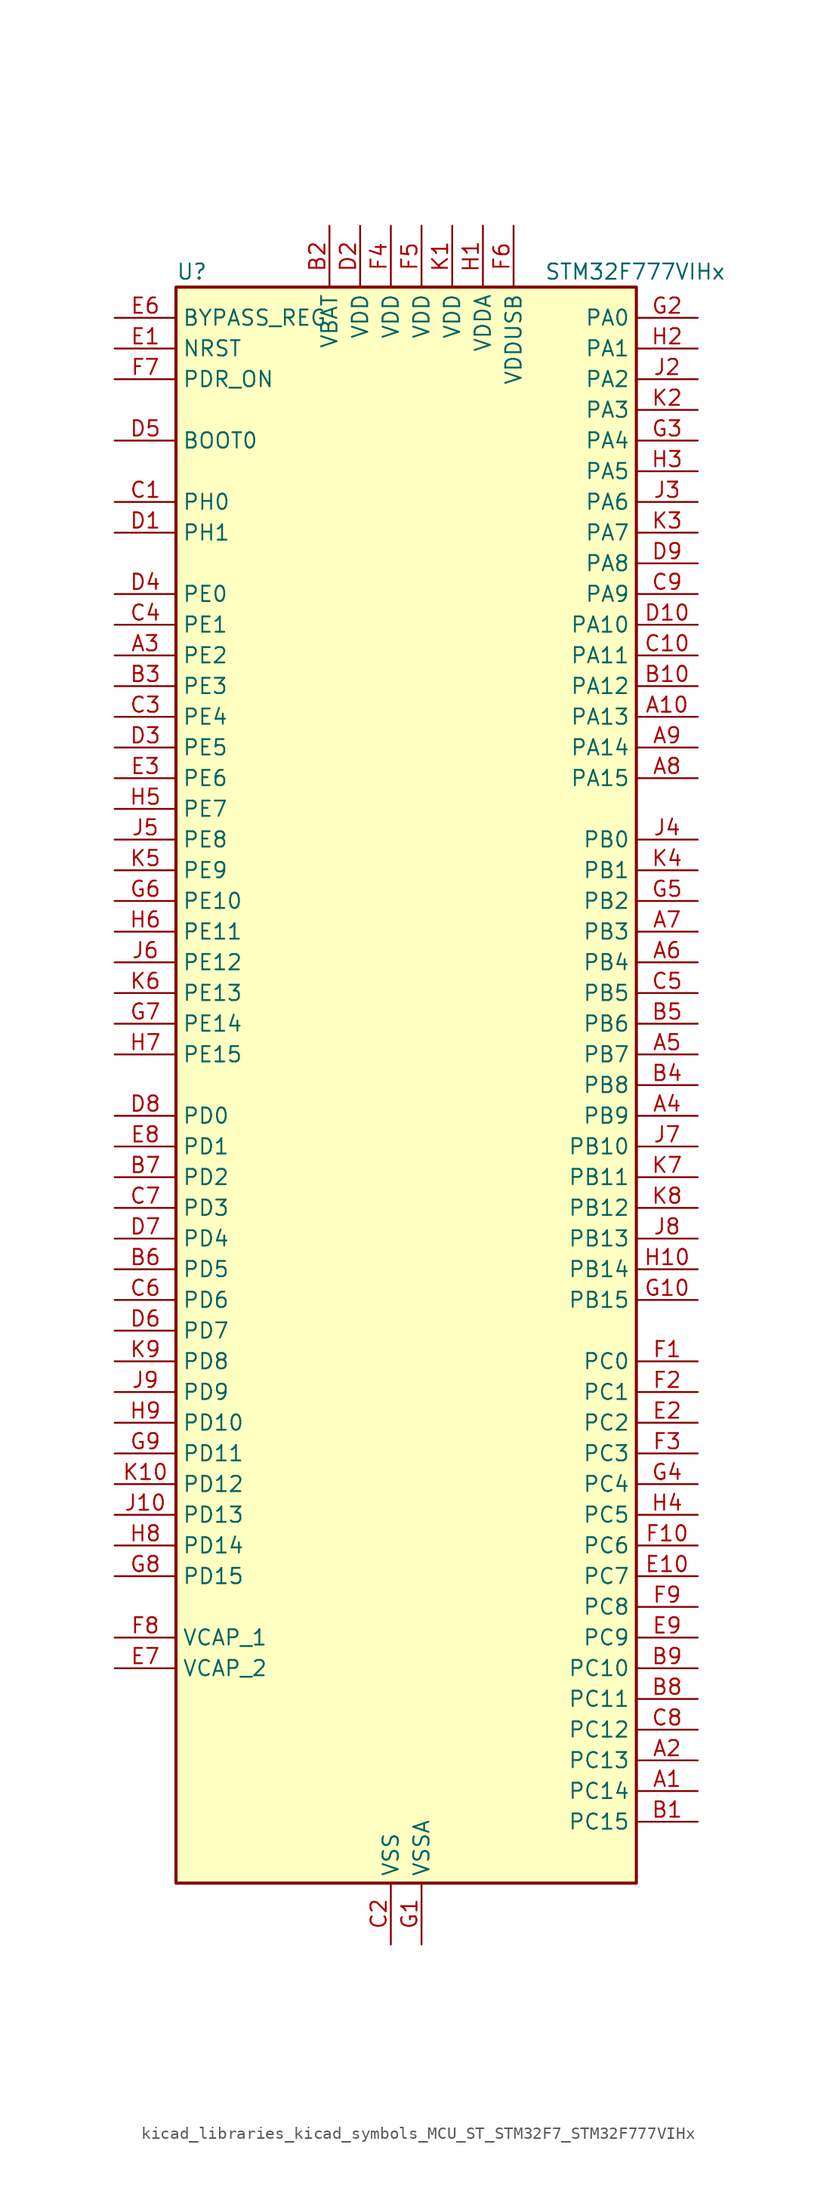
<source format=kicad_sym>
(kicad_symbol_lib
  (version 20220914)
  (generator kicad_symbol_editor)
  (symbol "kicad_libraries_kicad_symbols_MCU_ST_STM32F7_STM32F777VIHx"
    (property "Reference" "U"
      (at -17.78 67.31 0)
      (effects (font (size 1.27 1.27)) (justify left)))
    (property "Value" "STM32F777VIHx"
      (at 12.7 67.31 0)
      (effects (font (size 1.27 1.27)) (justify left)))
    (property "ki_locked" ""
      (at 0 0 0)
      (effects (font (size 1.27 1.27))))
    (symbol "kicad_libraries_kicad_symbols_MCU_ST_STM32F7_STM32F777VIHx_0_1"
      (rectangle (start -17.78 -66.04) (end 20.32 66.04) (stroke (width 0.254) (type default)) (fill (type background))))
    (symbol "kicad_libraries_kicad_symbols_MCU_ST_STM32F7_STM32F777VIHx_1_1"
      (pin bidirectional line (at 25.4 -58.42 180) (length 5.08) (name "PC14" (effects (font (size 1.27 1.27)))) (number "A1" (effects (font (size 1.27 1.27)))) (alternate "RCC_OSC32_IN" bidirectional line))
      (pin bidirectional line (at 25.4 30.48 180) (length 5.08) (name "PA13" (effects (font (size 1.27 1.27)))) (number "A10" (effects (font (size 1.27 1.27)))) (alternate "SYS_JTMS-SWDIO" bidirectional line))
      (pin bidirectional line (at 25.4 -55.88 180) (length 5.08) (name "PC13" (effects (font (size 1.27 1.27)))) (number "A2" (effects (font (size 1.27 1.27)))) (alternate "RTC_OUT" bidirectional line) (alternate "RTC_TAMP1" bidirectional line) (alternate "RTC_TS" bidirectional line) (alternate "SYS_WKUP4" bidirectional line))
      (pin bidirectional line (at -22.86 35.56 0) (length 5.08) (name "PE2" (effects (font (size 1.27 1.27)))) (number "A3" (effects (font (size 1.27 1.27)))) (alternate "ETH_TXD3" bidirectional line) (alternate "FMC_A23" bidirectional line) (alternate "QUADSPI_BK1_IO2" bidirectional line) (alternate "SAI1_MCLK_A" bidirectional line) (alternate "SPI4_SCK" bidirectional line) (alternate "SYS_TRACECLK" bidirectional line))
      (pin bidirectional line (at 25.4 -2.54 180) (length 5.08) (name "PB9" (effects (font (size 1.27 1.27)))) (number "A4" (effects (font (size 1.27 1.27)))) (alternate "CAN1_TX" bidirectional line) (alternate "DAC_EXTI9" bidirectional line) (alternate "DCMI_D7" bidirectional line) (alternate "DFSDM1_DATIN7" bidirectional line) (alternate "I2C1_SDA" bidirectional line) (alternate "I2C4_SDA" bidirectional line) (alternate "I2C4_SMBA" bidirectional line) (alternate "I2S2_WS" bidirectional line) (alternate "LTDC_B7" bidirectional line) (alternate "SDMMC1_D5" bidirectional line) (alternate "SDMMC2_D5" bidirectional line) (alternate "SPI2_NSS" bidirectional line) (alternate "TIM11_CH1" bidirectional line) (alternate "TIM4_CH4" bidirectional line) (alternate "UART5_TX" bidirectional line))
      (pin bidirectional line (at 25.4 2.54 180) (length 5.08) (name "PB7" (effects (font (size 1.27 1.27)))) (number "A5" (effects (font (size 1.27 1.27)))) (alternate "DCMI_VSYNC" bidirectional line) (alternate "DFSDM1_CKIN5" bidirectional line) (alternate "FMC_NL" bidirectional line) (alternate "I2C1_SDA" bidirectional line) (alternate "I2C4_SDA" bidirectional line) (alternate "TIM4_CH2" bidirectional line) (alternate "USART1_RX" bidirectional line))
      (pin bidirectional line (at 25.4 10.16 180) (length 5.08) (name "PB4" (effects (font (size 1.27 1.27)))) (number "A6" (effects (font (size 1.27 1.27)))) (alternate "CAN3_TX" bidirectional line) (alternate "I2S2_WS" bidirectional line) (alternate "SDMMC2_D3" bidirectional line) (alternate "SPI1_MISO" bidirectional line) (alternate "SPI2_NSS" bidirectional line) (alternate "SPI3_MISO" bidirectional line) (alternate "SPI6_MISO" bidirectional line) (alternate "SYS_JTRST" bidirectional line) (alternate "TIM3_CH1" bidirectional line) (alternate "UART7_TX" bidirectional line))
      (pin bidirectional line (at 25.4 12.7 180) (length 5.08) (name "PB3" (effects (font (size 1.27 1.27)))) (number "A7" (effects (font (size 1.27 1.27)))) (alternate "CAN3_RX" bidirectional line) (alternate "I2S1_CK" bidirectional line) (alternate "I2S3_CK" bidirectional line) (alternate "SDMMC2_D2" bidirectional line) (alternate "SPI1_SCK" bidirectional line) (alternate "SPI3_SCK" bidirectional line) (alternate "SPI6_SCK" bidirectional line) (alternate "SYS_JTDO-SWO" bidirectional line) (alternate "TIM2_CH2" bidirectional line) (alternate "UART7_RX" bidirectional line))
      (pin bidirectional line (at 25.4 25.4 180) (length 5.08) (name "PA15" (effects (font (size 1.27 1.27)))) (number "A8" (effects (font (size 1.27 1.27)))) (alternate "CAN3_TX" bidirectional line) (alternate "CEC" bidirectional line) (alternate "I2S1_WS" bidirectional line) (alternate "I2S3_WS" bidirectional line) (alternate "SPI1_NSS" bidirectional line) (alternate "SPI3_NSS" bidirectional line) (alternate "SPI6_NSS" bidirectional line) (alternate "SYS_JTDI" bidirectional line) (alternate "TIM2_CH1" bidirectional line) (alternate "TIM2_ETR" bidirectional line) (alternate "UART4_DE" bidirectional line) (alternate "UART4_RTS" bidirectional line) (alternate "UART7_TX" bidirectional line))
      (pin bidirectional line (at 25.4 27.94 180) (length 5.08) (name "PA14" (effects (font (size 1.27 1.27)))) (number "A9" (effects (font (size 1.27 1.27)))) (alternate "SYS_JTCK-SWCLK" bidirectional line))
      (pin bidirectional line (at 25.4 -60.96 180) (length 5.08) (name "PC15" (effects (font (size 1.27 1.27)))) (number "B1" (effects (font (size 1.27 1.27)))) (alternate "RCC_OSC32_OUT" bidirectional line))
      (pin bidirectional line (at 25.4 33.02 180) (length 5.08) (name "PA12" (effects (font (size 1.27 1.27)))) (number "B10" (effects (font (size 1.27 1.27)))) (alternate "CAN1_TX" bidirectional line) (alternate "I2S2_CK" bidirectional line) (alternate "LTDC_R5" bidirectional line) (alternate "SAI2_FS_B" bidirectional line) (alternate "SPI2_SCK" bidirectional line) (alternate "TIM1_ETR" bidirectional line) (alternate "UART4_TX" bidirectional line) (alternate "USART1_DE" bidirectional line) (alternate "USART1_RTS" bidirectional line) (alternate "USB_OTG_FS_DP" bidirectional line))
      (pin power_in line (at -5.08 71.12 270) (length 5.08) (name "VBAT" (effects (font (size 1.27 1.27)))) (number "B2" (effects (font (size 1.27 1.27)))))
      (pin bidirectional line (at -22.86 33.02 0) (length 5.08) (name "PE3" (effects (font (size 1.27 1.27)))) (number "B3" (effects (font (size 1.27 1.27)))) (alternate "FMC_A19" bidirectional line) (alternate "SAI1_SD_B" bidirectional line) (alternate "SYS_TRACED0" bidirectional line))
      (pin bidirectional line (at 25.4 0 180) (length 5.08) (name "PB8" (effects (font (size 1.27 1.27)))) (number "B4" (effects (font (size 1.27 1.27)))) (alternate "CAN1_RX" bidirectional line) (alternate "DCMI_D6" bidirectional line) (alternate "DFSDM1_CKIN7" bidirectional line) (alternate "ETH_TXD3" bidirectional line) (alternate "I2C1_SCL" bidirectional line) (alternate "I2C4_SCL" bidirectional line) (alternate "LTDC_B6" bidirectional line) (alternate "SDMMC1_D4" bidirectional line) (alternate "SDMMC2_D4" bidirectional line) (alternate "TIM10_CH1" bidirectional line) (alternate "TIM4_CH3" bidirectional line) (alternate "UART5_RX" bidirectional line))
      (pin bidirectional line (at 25.4 5.08 180) (length 5.08) (name "PB6" (effects (font (size 1.27 1.27)))) (number "B5" (effects (font (size 1.27 1.27)))) (alternate "CAN2_TX" bidirectional line) (alternate "CEC" bidirectional line) (alternate "DCMI_D5" bidirectional line) (alternate "DFSDM1_DATIN5" bidirectional line) (alternate "FMC_SDNE1" bidirectional line) (alternate "I2C1_SCL" bidirectional line) (alternate "I2C4_SCL" bidirectional line) (alternate "QUADSPI_BK1_NCS" bidirectional line) (alternate "TIM4_CH1" bidirectional line) (alternate "UART5_TX" bidirectional line) (alternate "USART1_TX" bidirectional line))
      (pin bidirectional line (at -22.86 -15.24 0) (length 5.08) (name "PD5" (effects (font (size 1.27 1.27)))) (number "B6" (effects (font (size 1.27 1.27)))) (alternate "FMC_NWE" bidirectional line) (alternate "USART2_TX" bidirectional line))
      (pin bidirectional line (at -22.86 -7.62 0) (length 5.08) (name "PD2" (effects (font (size 1.27 1.27)))) (number "B7" (effects (font (size 1.27 1.27)))) (alternate "DCMI_D11" bidirectional line) (alternate "SDMMC1_CMD" bidirectional line) (alternate "SYS_TRACED2" bidirectional line) (alternate "TIM3_ETR" bidirectional line) (alternate "UART5_RX" bidirectional line))
      (pin bidirectional line (at 25.4 -50.8 180) (length 5.08) (name "PC11" (effects (font (size 1.27 1.27)))) (number "B8" (effects (font (size 1.27 1.27)))) (alternate "ADC1_EXTI11" bidirectional line) (alternate "ADC2_EXTI11" bidirectional line) (alternate "ADC3_EXTI11" bidirectional line) (alternate "DCMI_D4" bidirectional line) (alternate "DFSDM1_DATIN5" bidirectional line) (alternate "QUADSPI_BK2_NCS" bidirectional line) (alternate "SDMMC1_D3" bidirectional line) (alternate "SPI3_MISO" bidirectional line) (alternate "UART4_RX" bidirectional line) (alternate "USART3_RX" bidirectional line))
      (pin bidirectional line (at 25.4 -48.26 180) (length 5.08) (name "PC10" (effects (font (size 1.27 1.27)))) (number "B9" (effects (font (size 1.27 1.27)))) (alternate "DCMI_D8" bidirectional line) (alternate "DFSDM1_CKIN5" bidirectional line) (alternate "I2S3_CK" bidirectional line) (alternate "LTDC_R2" bidirectional line) (alternate "QUADSPI_BK1_IO1" bidirectional line) (alternate "SDMMC1_D2" bidirectional line) (alternate "SPI3_SCK" bidirectional line) (alternate "UART4_TX" bidirectional line) (alternate "USART3_TX" bidirectional line))
      (pin bidirectional line (at -22.86 48.26 0) (length 5.08) (name "PH0" (effects (font (size 1.27 1.27)))) (number "C1" (effects (font (size 1.27 1.27)))) (alternate "RCC_OSC_IN" bidirectional line))
      (pin bidirectional line (at 25.4 35.56 180) (length 5.08) (name "PA11" (effects (font (size 1.27 1.27)))) (number "C10" (effects (font (size 1.27 1.27)))) (alternate "ADC1_EXTI11" bidirectional line) (alternate "ADC2_EXTI11" bidirectional line) (alternate "ADC3_EXTI11" bidirectional line) (alternate "CAN1_RX" bidirectional line) (alternate "I2S2_WS" bidirectional line) (alternate "LTDC_R4" bidirectional line) (alternate "SPI2_NSS" bidirectional line) (alternate "TIM1_CH4" bidirectional line) (alternate "UART4_RX" bidirectional line) (alternate "USART1_CTS" bidirectional line) (alternate "USB_OTG_FS_DM" bidirectional line))
      (pin power_in line (at 0 -71.12 90) (length 5.08) (name "VSS" (effects (font (size 1.27 1.27)))) (number "C2" (effects (font (size 1.27 1.27)))))
      (pin bidirectional line (at -22.86 30.48 0) (length 5.08) (name "PE4" (effects (font (size 1.27 1.27)))) (number "C3" (effects (font (size 1.27 1.27)))) (alternate "DCMI_D4" bidirectional line) (alternate "DFSDM1_DATIN3" bidirectional line) (alternate "FMC_A20" bidirectional line) (alternate "LTDC_B0" bidirectional line) (alternate "SAI1_FS_A" bidirectional line) (alternate "SPI4_NSS" bidirectional line) (alternate "SYS_TRACED1" bidirectional line))
      (pin bidirectional line (at -22.86 38.1 0) (length 5.08) (name "PE1" (effects (font (size 1.27 1.27)))) (number "C4" (effects (font (size 1.27 1.27)))) (alternate "DCMI_D3" bidirectional line) (alternate "FMC_NBL1" bidirectional line) (alternate "LPTIM1_IN2" bidirectional line) (alternate "UART8_TX" bidirectional line))
      (pin bidirectional line (at 25.4 7.62 180) (length 5.08) (name "PB5" (effects (font (size 1.27 1.27)))) (number "C5" (effects (font (size 1.27 1.27)))) (alternate "CAN2_RX" bidirectional line) (alternate "DCMI_D10" bidirectional line) (alternate "ETH_PPS_OUT" bidirectional line) (alternate "FMC_SDCKE1" bidirectional line) (alternate "I2C1_SMBA" bidirectional line) (alternate "I2S1_SD" bidirectional line) (alternate "I2S3_SD" bidirectional line) (alternate "LTDC_G7" bidirectional line) (alternate "SPI1_MOSI" bidirectional line) (alternate "SPI3_MOSI" bidirectional line) (alternate "SPI6_MOSI" bidirectional line) (alternate "TIM3_CH2" bidirectional line) (alternate "UART5_RX" bidirectional line) (alternate "USB_OTG_HS_ULPI_D7" bidirectional line))
      (pin bidirectional line (at -22.86 -17.78 0) (length 5.08) (name "PD6" (effects (font (size 1.27 1.27)))) (number "C6" (effects (font (size 1.27 1.27)))) (alternate "DCMI_D10" bidirectional line) (alternate "DFSDM1_CKIN4" bidirectional line) (alternate "DFSDM1_DATIN1" bidirectional line) (alternate "FMC_NWAIT" bidirectional line) (alternate "I2S3_SD" bidirectional line) (alternate "LTDC_B2" bidirectional line) (alternate "SAI1_SD_A" bidirectional line) (alternate "SDMMC2_CK" bidirectional line) (alternate "SPI3_MOSI" bidirectional line) (alternate "USART2_RX" bidirectional line))
      (pin bidirectional line (at -22.86 -10.16 0) (length 5.08) (name "PD3" (effects (font (size 1.27 1.27)))) (number "C7" (effects (font (size 1.27 1.27)))) (alternate "DCMI_D5" bidirectional line) (alternate "DFSDM1_CKOUT" bidirectional line) (alternate "DFSDM1_DATIN0" bidirectional line) (alternate "FMC_CLK" bidirectional line) (alternate "I2S2_CK" bidirectional line) (alternate "LTDC_G7" bidirectional line) (alternate "SPI2_SCK" bidirectional line) (alternate "USART2_CTS" bidirectional line))
      (pin bidirectional line (at 25.4 -53.34 180) (length 5.08) (name "PC12" (effects (font (size 1.27 1.27)))) (number "C8" (effects (font (size 1.27 1.27)))) (alternate "DCMI_D9" bidirectional line) (alternate "I2S3_SD" bidirectional line) (alternate "SDMMC1_CK" bidirectional line) (alternate "SPI3_MOSI" bidirectional line) (alternate "SYS_TRACED3" bidirectional line) (alternate "UART5_TX" bidirectional line) (alternate "USART3_CK" bidirectional line))
      (pin bidirectional line (at 25.4 40.64 180) (length 5.08) (name "PA9" (effects (font (size 1.27 1.27)))) (number "C9" (effects (font (size 1.27 1.27)))) (alternate "DAC_EXTI9" bidirectional line) (alternate "DCMI_D0" bidirectional line) (alternate "I2C3_SMBA" bidirectional line) (alternate "I2S2_CK" bidirectional line) (alternate "LTDC_R5" bidirectional line) (alternate "SPI2_SCK" bidirectional line) (alternate "TIM1_CH2" bidirectional line) (alternate "USART1_TX" bidirectional line) (alternate "USB_OTG_FS_VBUS" bidirectional line))
      (pin bidirectional line (at -22.86 45.72 0) (length 5.08) (name "PH1" (effects (font (size 1.27 1.27)))) (number "D1" (effects (font (size 1.27 1.27)))) (alternate "RCC_OSC_OUT" bidirectional line))
      (pin bidirectional line (at 25.4 38.1 180) (length 5.08) (name "PA10" (effects (font (size 1.27 1.27)))) (number "D10" (effects (font (size 1.27 1.27)))) (alternate "DCMI_D1" bidirectional line) (alternate "LTDC_B1" bidirectional line) (alternate "LTDC_B4" bidirectional line) (alternate "MDIOS_MDIO" bidirectional line) (alternate "TIM1_CH3" bidirectional line) (alternate "USART1_RX" bidirectional line) (alternate "USB_OTG_FS_ID" bidirectional line))
      (pin power_in line (at -2.54 71.12 270) (length 5.08) (name "VDD" (effects (font (size 1.27 1.27)))) (number "D2" (effects (font (size 1.27 1.27)))))
      (pin bidirectional line (at -22.86 27.94 0) (length 5.08) (name "PE5" (effects (font (size 1.27 1.27)))) (number "D3" (effects (font (size 1.27 1.27)))) (alternate "DCMI_D6" bidirectional line) (alternate "DFSDM1_CKIN3" bidirectional line) (alternate "FMC_A21" bidirectional line) (alternate "LTDC_G0" bidirectional line) (alternate "SAI1_SCK_A" bidirectional line) (alternate "SPI4_MISO" bidirectional line) (alternate "SYS_TRACED2" bidirectional line) (alternate "TIM9_CH1" bidirectional line))
      (pin bidirectional line (at -22.86 40.64 0) (length 5.08) (name "PE0" (effects (font (size 1.27 1.27)))) (number "D4" (effects (font (size 1.27 1.27)))) (alternate "DCMI_D2" bidirectional line) (alternate "FMC_NBL0" bidirectional line) (alternate "LPTIM1_ETR" bidirectional line) (alternate "SAI2_MCLK_A" bidirectional line) (alternate "TIM4_ETR" bidirectional line) (alternate "UART8_RX" bidirectional line))
      (pin input line (at -22.86 53.34 0) (length 5.08) (name "BOOT0" (effects (font (size 1.27 1.27)))) (number "D5" (effects (font (size 1.27 1.27)))))
      (pin bidirectional line (at -22.86 -20.32 0) (length 5.08) (name "PD7" (effects (font (size 1.27 1.27)))) (number "D6" (effects (font (size 1.27 1.27)))) (alternate "DFSDM1_CKIN1" bidirectional line) (alternate "DFSDM1_DATIN4" bidirectional line) (alternate "FMC_NE1" bidirectional line) (alternate "I2S1_SD" bidirectional line) (alternate "SDMMC2_CMD" bidirectional line) (alternate "SPDIFRX_IN0" bidirectional line) (alternate "SPI1_MOSI" bidirectional line) (alternate "USART2_CK" bidirectional line))
      (pin bidirectional line (at -22.86 -12.7 0) (length 5.08) (name "PD4" (effects (font (size 1.27 1.27)))) (number "D7" (effects (font (size 1.27 1.27)))) (alternate "DFSDM1_CKIN0" bidirectional line) (alternate "FMC_NOE" bidirectional line) (alternate "USART2_DE" bidirectional line) (alternate "USART2_RTS" bidirectional line))
      (pin bidirectional line (at -22.86 -2.54 0) (length 5.08) (name "PD0" (effects (font (size 1.27 1.27)))) (number "D8" (effects (font (size 1.27 1.27)))) (alternate "CAN1_RX" bidirectional line) (alternate "DFSDM1_CKIN6" bidirectional line) (alternate "DFSDM1_DATIN7" bidirectional line) (alternate "FMC_D2" bidirectional line) (alternate "FMC_DA2" bidirectional line) (alternate "UART4_RX" bidirectional line))
      (pin bidirectional line (at 25.4 43.18 180) (length 5.08) (name "PA8" (effects (font (size 1.27 1.27)))) (number "D9" (effects (font (size 1.27 1.27)))) (alternate "CAN3_RX" bidirectional line) (alternate "I2C3_SCL" bidirectional line) (alternate "LTDC_B3" bidirectional line) (alternate "LTDC_R6" bidirectional line) (alternate "RCC_MCO_1" bidirectional line) (alternate "TIM1_CH1" bidirectional line) (alternate "TIM8_BKIN2" bidirectional line) (alternate "UART7_RX" bidirectional line) (alternate "USART1_CK" bidirectional line) (alternate "USB_OTG_FS_SOF" bidirectional line))
      (pin input line (at -22.86 60.96 0) (length 5.08) (name "NRST" (effects (font (size 1.27 1.27)))) (number "E1" (effects (font (size 1.27 1.27)))))
      (pin bidirectional line (at 25.4 -40.64 180) (length 5.08) (name "PC7" (effects (font (size 1.27 1.27)))) (number "E10" (effects (font (size 1.27 1.27)))) (alternate "DCMI_D1" bidirectional line) (alternate "DFSDM1_DATIN3" bidirectional line) (alternate "FMC_NE1" bidirectional line) (alternate "I2S3_MCK" bidirectional line) (alternate "LTDC_G6" bidirectional line) (alternate "SDMMC1_D7" bidirectional line) (alternate "SDMMC2_D7" bidirectional line) (alternate "TIM3_CH2" bidirectional line) (alternate "TIM8_CH2" bidirectional line) (alternate "USART6_RX" bidirectional line))
      (pin bidirectional line (at 25.4 -27.94 180) (length 5.08) (name "PC2" (effects (font (size 1.27 1.27)))) (number "E2" (effects (font (size 1.27 1.27)))) (alternate "ADC1_IN12" bidirectional line) (alternate "ADC2_IN12" bidirectional line) (alternate "ADC3_IN12" bidirectional line) (alternate "DFSDM1_CKIN1" bidirectional line) (alternate "DFSDM1_CKOUT" bidirectional line) (alternate "ETH_TXD2" bidirectional line) (alternate "FMC_SDNE0" bidirectional line) (alternate "SPI2_MISO" bidirectional line) (alternate "USB_OTG_HS_ULPI_DIR" bidirectional line))
      (pin bidirectional line (at -22.86 25.4 0) (length 5.08) (name "PE6" (effects (font (size 1.27 1.27)))) (number "E3" (effects (font (size 1.27 1.27)))) (alternate "DCMI_D7" bidirectional line) (alternate "FMC_A22" bidirectional line) (alternate "LTDC_G1" bidirectional line) (alternate "SAI1_SD_A" bidirectional line) (alternate "SAI2_MCLK_B" bidirectional line) (alternate "SPI4_MOSI" bidirectional line) (alternate "SYS_TRACED3" bidirectional line) (alternate "TIM1_BKIN2" bidirectional line) (alternate "TIM9_CH2" bidirectional line))
      (pin passive line (at 0 -71.12 90) (length 5.08) hide (name "VSS" (effects (font (size 1.27 1.27)))) (number "E4" (effects (font (size 1.27 1.27)))))
      (pin passive line (at 0 -71.12 90) (length 5.08) hide (name "VSS" (effects (font (size 1.27 1.27)))) (number "E5" (effects (font (size 1.27 1.27)))))
      (pin input line (at -22.86 63.5 0) (length 5.08) (name "BYPASS_REG" (effects (font (size 1.27 1.27)))) (number "E6" (effects (font (size 1.27 1.27)))))
      (pin power_out line (at -22.86 -48.26 0) (length 5.08) (name "VCAP_2" (effects (font (size 1.27 1.27)))) (number "E7" (effects (font (size 1.27 1.27)))))
      (pin bidirectional line (at -22.86 -5.08 0) (length 5.08) (name "PD1" (effects (font (size 1.27 1.27)))) (number "E8" (effects (font (size 1.27 1.27)))) (alternate "CAN1_TX" bidirectional line) (alternate "DFSDM1_CKIN7" bidirectional line) (alternate "DFSDM1_DATIN6" bidirectional line) (alternate "FMC_D3" bidirectional line) (alternate "FMC_DA3" bidirectional line) (alternate "UART4_TX" bidirectional line))
      (pin bidirectional line (at 25.4 -45.72 180) (length 5.08) (name "PC9" (effects (font (size 1.27 1.27)))) (number "E9" (effects (font (size 1.27 1.27)))) (alternate "DAC_EXTI9" bidirectional line) (alternate "DCMI_D3" bidirectional line) (alternate "I2C3_SDA" bidirectional line) (alternate "I2S_CKIN" bidirectional line) (alternate "LTDC_B2" bidirectional line) (alternate "LTDC_G3" bidirectional line) (alternate "QUADSPI_BK1_IO0" bidirectional line) (alternate "RCC_MCO_2" bidirectional line) (alternate "SDMMC1_D1" bidirectional line) (alternate "TIM3_CH4" bidirectional line) (alternate "TIM8_CH4" bidirectional line) (alternate "UART5_CTS" bidirectional line))
      (pin bidirectional line (at 25.4 -22.86 180) (length 5.08) (name "PC0" (effects (font (size 1.27 1.27)))) (number "F1" (effects (font (size 1.27 1.27)))) (alternate "ADC1_IN10" bidirectional line) (alternate "ADC2_IN10" bidirectional line) (alternate "ADC3_IN10" bidirectional line) (alternate "DFSDM1_CKIN0" bidirectional line) (alternate "DFSDM1_DATIN4" bidirectional line) (alternate "FMC_SDNWE" bidirectional line) (alternate "LTDC_R5" bidirectional line) (alternate "SAI2_FS_B" bidirectional line) (alternate "USB_OTG_HS_ULPI_STP" bidirectional line))
      (pin bidirectional line (at 25.4 -38.1 180) (length 5.08) (name "PC6" (effects (font (size 1.27 1.27)))) (number "F10" (effects (font (size 1.27 1.27)))) (alternate "DCMI_D0" bidirectional line) (alternate "DFSDM1_CKIN3" bidirectional line) (alternate "FMC_NWAIT" bidirectional line) (alternate "I2S2_MCK" bidirectional line) (alternate "LTDC_HSYNC" bidirectional line) (alternate "SDMMC1_D6" bidirectional line) (alternate "SDMMC2_D6" bidirectional line) (alternate "TIM3_CH1" bidirectional line) (alternate "TIM8_CH1" bidirectional line) (alternate "USART6_TX" bidirectional line))
      (pin bidirectional line (at 25.4 -25.4 180) (length 5.08) (name "PC1" (effects (font (size 1.27 1.27)))) (number "F2" (effects (font (size 1.27 1.27)))) (alternate "ADC1_IN11" bidirectional line) (alternate "ADC2_IN11" bidirectional line) (alternate "ADC3_IN11" bidirectional line) (alternate "DFSDM1_CKIN4" bidirectional line) (alternate "DFSDM1_DATIN0" bidirectional line) (alternate "ETH_MDC" bidirectional line) (alternate "I2S2_SD" bidirectional line) (alternate "MDIOS_MDC" bidirectional line) (alternate "RTC_TAMP3" bidirectional line) (alternate "RTC_TS" bidirectional line) (alternate "SAI1_SD_A" bidirectional line) (alternate "SPI2_MOSI" bidirectional line) (alternate "SYS_TRACED0" bidirectional line) (alternate "SYS_WKUP3" bidirectional line))
      (pin bidirectional line (at 25.4 -30.48 180) (length 5.08) (name "PC3" (effects (font (size 1.27 1.27)))) (number "F3" (effects (font (size 1.27 1.27)))) (alternate "ADC1_IN13" bidirectional line) (alternate "ADC2_IN13" bidirectional line) (alternate "ADC3_IN13" bidirectional line) (alternate "DFSDM1_DATIN1" bidirectional line) (alternate "ETH_TX_CLK" bidirectional line) (alternate "FMC_SDCKE0" bidirectional line) (alternate "I2S2_SD" bidirectional line) (alternate "SPI2_MOSI" bidirectional line) (alternate "USB_OTG_HS_ULPI_NXT" bidirectional line))
      (pin power_in line (at 0 71.12 270) (length 5.08) (name "VDD" (effects (font (size 1.27 1.27)))) (number "F4" (effects (font (size 1.27 1.27)))))
      (pin power_in line (at 2.54 71.12 270) (length 5.08) (name "VDD" (effects (font (size 1.27 1.27)))) (number "F5" (effects (font (size 1.27 1.27)))))
      (pin power_in line (at 10.16 71.12 270) (length 5.08) (name "VDDUSB" (effects (font (size 1.27 1.27)))) (number "F6" (effects (font (size 1.27 1.27)))))
      (pin input line (at -22.86 58.42 0) (length 5.08) (name "PDR_ON" (effects (font (size 1.27 1.27)))) (number "F7" (effects (font (size 1.27 1.27)))))
      (pin power_out line (at -22.86 -45.72 0) (length 5.08) (name "VCAP_1" (effects (font (size 1.27 1.27)))) (number "F8" (effects (font (size 1.27 1.27)))))
      (pin bidirectional line (at 25.4 -43.18 180) (length 5.08) (name "PC8" (effects (font (size 1.27 1.27)))) (number "F9" (effects (font (size 1.27 1.27)))) (alternate "DCMI_D2" bidirectional line) (alternate "FMC_NCE" bidirectional line) (alternate "FMC_NE2" bidirectional line) (alternate "SDMMC1_D0" bidirectional line) (alternate "SYS_TRACED1" bidirectional line) (alternate "TIM3_CH3" bidirectional line) (alternate "TIM8_CH3" bidirectional line) (alternate "UART5_DE" bidirectional line) (alternate "UART5_RTS" bidirectional line) (alternate "USART6_CK" bidirectional line))
      (pin power_in line (at 2.54 -71.12 90) (length 5.08) (name "VSSA" (effects (font (size 1.27 1.27)))) (number "G1" (effects (font (size 1.27 1.27)))))
      (pin bidirectional line (at 25.4 -17.78 180) (length 5.08) (name "PB15" (effects (font (size 1.27 1.27)))) (number "G10" (effects (font (size 1.27 1.27)))) (alternate "DFSDM1_CKIN2" bidirectional line) (alternate "I2S2_SD" bidirectional line) (alternate "RTC_REFIN" bidirectional line) (alternate "SDMMC2_D1" bidirectional line) (alternate "SPI2_MOSI" bidirectional line) (alternate "TIM12_CH2" bidirectional line) (alternate "TIM1_CH3N" bidirectional line) (alternate "TIM8_CH3N" bidirectional line) (alternate "UART4_CTS" bidirectional line) (alternate "USART1_RX" bidirectional line) (alternate "USB_OTG_HS_DP" bidirectional line))
      (pin bidirectional line (at 25.4 63.5 180) (length 5.08) (name "PA0" (effects (font (size 1.27 1.27)))) (number "G2" (effects (font (size 1.27 1.27)))) (alternate "ADC1_IN0" bidirectional line) (alternate "ADC2_IN0" bidirectional line) (alternate "ADC3_IN0" bidirectional line) (alternate "ETH_CRS" bidirectional line) (alternate "SAI2_SD_B" bidirectional line) (alternate "SYS_WKUP1" bidirectional line) (alternate "TIM2_CH1" bidirectional line) (alternate "TIM2_ETR" bidirectional line) (alternate "TIM5_CH1" bidirectional line) (alternate "TIM8_ETR" bidirectional line) (alternate "UART4_TX" bidirectional line) (alternate "USART2_CTS" bidirectional line))
      (pin bidirectional line (at 25.4 53.34 180) (length 5.08) (name "PA4" (effects (font (size 1.27 1.27)))) (number "G3" (effects (font (size 1.27 1.27)))) (alternate "ADC1_IN4" bidirectional line) (alternate "ADC2_IN4" bidirectional line) (alternate "DAC_OUT1" bidirectional line) (alternate "DCMI_HSYNC" bidirectional line) (alternate "I2S1_WS" bidirectional line) (alternate "I2S3_WS" bidirectional line) (alternate "LTDC_VSYNC" bidirectional line) (alternate "SPI1_NSS" bidirectional line) (alternate "SPI3_NSS" bidirectional line) (alternate "SPI6_NSS" bidirectional line) (alternate "USART2_CK" bidirectional line) (alternate "USB_OTG_HS_SOF" bidirectional line))
      (pin bidirectional line (at 25.4 -33.02 180) (length 5.08) (name "PC4" (effects (font (size 1.27 1.27)))) (number "G4" (effects (font (size 1.27 1.27)))) (alternate "ADC1_IN14" bidirectional line) (alternate "ADC2_IN14" bidirectional line) (alternate "DFSDM1_CKIN2" bidirectional line) (alternate "ETH_RXD0" bidirectional line) (alternate "FMC_SDNE0" bidirectional line) (alternate "I2S1_MCK" bidirectional line) (alternate "SPDIFRX_IN2" bidirectional line))
      (pin bidirectional line (at 25.4 15.24 180) (length 5.08) (name "PB2" (effects (font (size 1.27 1.27)))) (number "G5" (effects (font (size 1.27 1.27)))) (alternate "DFSDM1_CKIN1" bidirectional line) (alternate "I2S3_SD" bidirectional line) (alternate "QUADSPI_CLK" bidirectional line) (alternate "SAI1_SD_A" bidirectional line) (alternate "SPI3_MOSI" bidirectional line))
      (pin bidirectional line (at -22.86 15.24 0) (length 5.08) (name "PE10" (effects (font (size 1.27 1.27)))) (number "G6" (effects (font (size 1.27 1.27)))) (alternate "DFSDM1_DATIN4" bidirectional line) (alternate "FMC_D7" bidirectional line) (alternate "FMC_DA7" bidirectional line) (alternate "QUADSPI_BK2_IO3" bidirectional line) (alternate "TIM1_CH2N" bidirectional line) (alternate "UART7_CTS" bidirectional line))
      (pin bidirectional line (at -22.86 5.08 0) (length 5.08) (name "PE14" (effects (font (size 1.27 1.27)))) (number "G7" (effects (font (size 1.27 1.27)))) (alternate "FMC_D11" bidirectional line) (alternate "FMC_DA11" bidirectional line) (alternate "LTDC_CLK" bidirectional line) (alternate "SAI2_MCLK_B" bidirectional line) (alternate "SPI4_MOSI" bidirectional line) (alternate "TIM1_CH4" bidirectional line))
      (pin bidirectional line (at -22.86 -40.64 0) (length 5.08) (name "PD15" (effects (font (size 1.27 1.27)))) (number "G8" (effects (font (size 1.27 1.27)))) (alternate "FMC_D1" bidirectional line) (alternate "FMC_DA1" bidirectional line) (alternate "TIM4_CH4" bidirectional line) (alternate "UART8_DE" bidirectional line) (alternate "UART8_RTS" bidirectional line))
      (pin bidirectional line (at -22.86 -30.48 0) (length 5.08) (name "PD11" (effects (font (size 1.27 1.27)))) (number "G9" (effects (font (size 1.27 1.27)))) (alternate "ADC1_EXTI11" bidirectional line) (alternate "ADC2_EXTI11" bidirectional line) (alternate "ADC3_EXTI11" bidirectional line) (alternate "FMC_A16" bidirectional line) (alternate "FMC_CLE" bidirectional line) (alternate "I2C4_SMBA" bidirectional line) (alternate "QUADSPI_BK1_IO0" bidirectional line) (alternate "SAI2_SD_A" bidirectional line) (alternate "USART3_CTS" bidirectional line))
      (pin power_in line (at 7.62 71.12 270) (length 5.08) (name "VDDA" (effects (font (size 1.27 1.27)))) (number "H1" (effects (font (size 1.27 1.27)))))
      (pin bidirectional line (at 25.4 -15.24 180) (length 5.08) (name "PB14" (effects (font (size 1.27 1.27)))) (number "H10" (effects (font (size 1.27 1.27)))) (alternate "DFSDM1_DATIN2" bidirectional line) (alternate "SDMMC2_D0" bidirectional line) (alternate "SPI2_MISO" bidirectional line) (alternate "TIM12_CH1" bidirectional line) (alternate "TIM1_CH2N" bidirectional line) (alternate "TIM8_CH2N" bidirectional line) (alternate "UART4_DE" bidirectional line) (alternate "UART4_RTS" bidirectional line) (alternate "USART1_TX" bidirectional line) (alternate "USART3_DE" bidirectional line) (alternate "USART3_RTS" bidirectional line) (alternate "USB_OTG_HS_DM" bidirectional line))
      (pin bidirectional line (at 25.4 60.96 180) (length 5.08) (name "PA1" (effects (font (size 1.27 1.27)))) (number "H2" (effects (font (size 1.27 1.27)))) (alternate "ADC1_IN1" bidirectional line) (alternate "ADC2_IN1" bidirectional line) (alternate "ADC3_IN1" bidirectional line) (alternate "ETH_REF_CLK" bidirectional line) (alternate "ETH_RX_CLK" bidirectional line) (alternate "LTDC_R2" bidirectional line) (alternate "QUADSPI_BK1_IO3" bidirectional line) (alternate "SAI2_MCLK_B" bidirectional line) (alternate "TIM2_CH2" bidirectional line) (alternate "TIM5_CH2" bidirectional line) (alternate "UART4_RX" bidirectional line) (alternate "USART2_DE" bidirectional line) (alternate "USART2_RTS" bidirectional line))
      (pin bidirectional line (at 25.4 50.8 180) (length 5.08) (name "PA5" (effects (font (size 1.27 1.27)))) (number "H3" (effects (font (size 1.27 1.27)))) (alternate "ADC1_IN5" bidirectional line) (alternate "ADC2_IN5" bidirectional line) (alternate "DAC_OUT2" bidirectional line) (alternate "I2S1_CK" bidirectional line) (alternate "LTDC_R4" bidirectional line) (alternate "SPI1_SCK" bidirectional line) (alternate "SPI6_SCK" bidirectional line) (alternate "TIM2_CH1" bidirectional line) (alternate "TIM2_ETR" bidirectional line) (alternate "TIM8_CH1N" bidirectional line) (alternate "USB_OTG_HS_ULPI_CK" bidirectional line))
      (pin bidirectional line (at 25.4 -35.56 180) (length 5.08) (name "PC5" (effects (font (size 1.27 1.27)))) (number "H4" (effects (font (size 1.27 1.27)))) (alternate "ADC1_IN15" bidirectional line) (alternate "ADC2_IN15" bidirectional line) (alternate "DFSDM1_DATIN2" bidirectional line) (alternate "ETH_RXD1" bidirectional line) (alternate "FMC_SDCKE0" bidirectional line) (alternate "SPDIFRX_IN3" bidirectional line))
      (pin bidirectional line (at -22.86 22.86 0) (length 5.08) (name "PE7" (effects (font (size 1.27 1.27)))) (number "H5" (effects (font (size 1.27 1.27)))) (alternate "DFSDM1_DATIN2" bidirectional line) (alternate "FMC_D4" bidirectional line) (alternate "FMC_DA4" bidirectional line) (alternate "QUADSPI_BK2_IO0" bidirectional line) (alternate "TIM1_ETR" bidirectional line) (alternate "UART7_RX" bidirectional line))
      (pin bidirectional line (at -22.86 12.7 0) (length 5.08) (name "PE11" (effects (font (size 1.27 1.27)))) (number "H6" (effects (font (size 1.27 1.27)))) (alternate "ADC1_EXTI11" bidirectional line) (alternate "ADC2_EXTI11" bidirectional line) (alternate "ADC3_EXTI11" bidirectional line) (alternate "DFSDM1_CKIN4" bidirectional line) (alternate "FMC_D8" bidirectional line) (alternate "FMC_DA8" bidirectional line) (alternate "LTDC_G3" bidirectional line) (alternate "SAI2_SD_B" bidirectional line) (alternate "SPI4_NSS" bidirectional line) (alternate "TIM1_CH2" bidirectional line))
      (pin bidirectional line (at -22.86 2.54 0) (length 5.08) (name "PE15" (effects (font (size 1.27 1.27)))) (number "H7" (effects (font (size 1.27 1.27)))) (alternate "FMC_D12" bidirectional line) (alternate "FMC_DA12" bidirectional line) (alternate "LTDC_R7" bidirectional line) (alternate "TIM1_BKIN" bidirectional line))
      (pin bidirectional line (at -22.86 -38.1 0) (length 5.08) (name "PD14" (effects (font (size 1.27 1.27)))) (number "H8" (effects (font (size 1.27 1.27)))) (alternate "FMC_D0" bidirectional line) (alternate "FMC_DA0" bidirectional line) (alternate "TIM4_CH3" bidirectional line) (alternate "UART8_CTS" bidirectional line))
      (pin bidirectional line (at -22.86 -27.94 0) (length 5.08) (name "PD10" (effects (font (size 1.27 1.27)))) (number "H9" (effects (font (size 1.27 1.27)))) (alternate "DFSDM1_CKOUT" bidirectional line) (alternate "FMC_D15" bidirectional line) (alternate "FMC_DA15" bidirectional line) (alternate "LTDC_B3" bidirectional line) (alternate "USART3_CK" bidirectional line))
      (pin passive line (at 0 -71.12 90) (length 5.08) hide (name "VSS" (effects (font (size 1.27 1.27)))) (number "J1" (effects (font (size 1.27 1.27)))))
      (pin bidirectional line (at -22.86 -35.56 0) (length 5.08) (name "PD13" (effects (font (size 1.27 1.27)))) (number "J10" (effects (font (size 1.27 1.27)))) (alternate "FMC_A18" bidirectional line) (alternate "I2C4_SDA" bidirectional line) (alternate "LPTIM1_OUT" bidirectional line) (alternate "QUADSPI_BK1_IO3" bidirectional line) (alternate "SAI2_SCK_A" bidirectional line) (alternate "TIM4_CH2" bidirectional line))
      (pin bidirectional line (at 25.4 58.42 180) (length 5.08) (name "PA2" (effects (font (size 1.27 1.27)))) (number "J2" (effects (font (size 1.27 1.27)))) (alternate "ADC1_IN2" bidirectional line) (alternate "ADC2_IN2" bidirectional line) (alternate "ADC3_IN2" bidirectional line) (alternate "ETH_MDIO" bidirectional line) (alternate "LTDC_R1" bidirectional line) (alternate "MDIOS_MDIO" bidirectional line) (alternate "SAI2_SCK_B" bidirectional line) (alternate "SYS_WKUP2" bidirectional line) (alternate "TIM2_CH3" bidirectional line) (alternate "TIM5_CH3" bidirectional line) (alternate "TIM9_CH1" bidirectional line) (alternate "USART2_TX" bidirectional line))
      (pin bidirectional line (at 25.4 48.26 180) (length 5.08) (name "PA6" (effects (font (size 1.27 1.27)))) (number "J3" (effects (font (size 1.27 1.27)))) (alternate "ADC1_IN6" bidirectional line) (alternate "ADC2_IN6" bidirectional line) (alternate "DCMI_PIXCLK" bidirectional line) (alternate "LTDC_G2" bidirectional line) (alternate "MDIOS_MDC" bidirectional line) (alternate "SPI1_MISO" bidirectional line) (alternate "SPI6_MISO" bidirectional line) (alternate "TIM13_CH1" bidirectional line) (alternate "TIM1_BKIN" bidirectional line) (alternate "TIM3_CH1" bidirectional line) (alternate "TIM8_BKIN" bidirectional line))
      (pin bidirectional line (at 25.4 20.32 180) (length 5.08) (name "PB0" (effects (font (size 1.27 1.27)))) (number "J4" (effects (font (size 1.27 1.27)))) (alternate "ADC1_IN8" bidirectional line) (alternate "ADC2_IN8" bidirectional line) (alternate "DFSDM1_CKOUT" bidirectional line) (alternate "ETH_RXD2" bidirectional line) (alternate "LTDC_G1" bidirectional line) (alternate "LTDC_R3" bidirectional line) (alternate "TIM1_CH2N" bidirectional line) (alternate "TIM3_CH3" bidirectional line) (alternate "TIM8_CH2N" bidirectional line) (alternate "UART4_CTS" bidirectional line) (alternate "USB_OTG_HS_ULPI_D1" bidirectional line))
      (pin bidirectional line (at -22.86 20.32 0) (length 5.08) (name "PE8" (effects (font (size 1.27 1.27)))) (number "J5" (effects (font (size 1.27 1.27)))) (alternate "DFSDM1_CKIN2" bidirectional line) (alternate "FMC_D5" bidirectional line) (alternate "FMC_DA5" bidirectional line) (alternate "QUADSPI_BK2_IO1" bidirectional line) (alternate "TIM1_CH1N" bidirectional line) (alternate "UART7_TX" bidirectional line))
      (pin bidirectional line (at -22.86 10.16 0) (length 5.08) (name "PE12" (effects (font (size 1.27 1.27)))) (number "J6" (effects (font (size 1.27 1.27)))) (alternate "DFSDM1_DATIN5" bidirectional line) (alternate "FMC_D9" bidirectional line) (alternate "FMC_DA9" bidirectional line) (alternate "LTDC_B4" bidirectional line) (alternate "SAI2_SCK_B" bidirectional line) (alternate "SPI4_SCK" bidirectional line) (alternate "TIM1_CH3N" bidirectional line))
      (pin bidirectional line (at 25.4 -5.08 180) (length 5.08) (name "PB10" (effects (font (size 1.27 1.27)))) (number "J7" (effects (font (size 1.27 1.27)))) (alternate "DFSDM1_DATIN7" bidirectional line) (alternate "ETH_RX_ER" bidirectional line) (alternate "I2C2_SCL" bidirectional line) (alternate "I2S2_CK" bidirectional line) (alternate "LTDC_G4" bidirectional line) (alternate "QUADSPI_BK1_NCS" bidirectional line) (alternate "SPI2_SCK" bidirectional line) (alternate "TIM2_CH3" bidirectional line) (alternate "USART3_TX" bidirectional line) (alternate "USB_OTG_HS_ULPI_D3" bidirectional line))
      (pin bidirectional line (at 25.4 -12.7 180) (length 5.08) (name "PB13" (effects (font (size 1.27 1.27)))) (number "J8" (effects (font (size 1.27 1.27)))) (alternate "CAN2_TX" bidirectional line) (alternate "DFSDM1_CKIN1" bidirectional line) (alternate "ETH_TXD1" bidirectional line) (alternate "I2S2_CK" bidirectional line) (alternate "SPI2_SCK" bidirectional line) (alternate "TIM1_CH1N" bidirectional line) (alternate "UART5_TX" bidirectional line) (alternate "USART3_CTS" bidirectional line) (alternate "USB_OTG_HS_ULPI_D6" bidirectional line) (alternate "USB_OTG_HS_VBUS" bidirectional line))
      (pin bidirectional line (at -22.86 -25.4 0) (length 5.08) (name "PD9" (effects (font (size 1.27 1.27)))) (number "J9" (effects (font (size 1.27 1.27)))) (alternate "DAC_EXTI9" bidirectional line) (alternate "DFSDM1_DATIN3" bidirectional line) (alternate "FMC_D14" bidirectional line) (alternate "FMC_DA14" bidirectional line) (alternate "USART3_RX" bidirectional line))
      (pin power_in line (at 5.08 71.12 270) (length 5.08) (name "VDD" (effects (font (size 1.27 1.27)))) (number "K1" (effects (font (size 1.27 1.27)))))
      (pin bidirectional line (at -22.86 -33.02 0) (length 5.08) (name "PD12" (effects (font (size 1.27 1.27)))) (number "K10" (effects (font (size 1.27 1.27)))) (alternate "FMC_A17" bidirectional line) (alternate "FMC_ALE" bidirectional line) (alternate "I2C4_SCL" bidirectional line) (alternate "LPTIM1_IN1" bidirectional line) (alternate "QUADSPI_BK1_IO1" bidirectional line) (alternate "SAI2_FS_A" bidirectional line) (alternate "TIM4_CH1" bidirectional line) (alternate "USART3_DE" bidirectional line) (alternate "USART3_RTS" bidirectional line))
      (pin bidirectional line (at 25.4 55.88 180) (length 5.08) (name "PA3" (effects (font (size 1.27 1.27)))) (number "K2" (effects (font (size 1.27 1.27)))) (alternate "ADC1_IN3" bidirectional line) (alternate "ADC2_IN3" bidirectional line) (alternate "ADC3_IN3" bidirectional line) (alternate "ETH_COL" bidirectional line) (alternate "LTDC_B2" bidirectional line) (alternate "LTDC_B5" bidirectional line) (alternate "TIM2_CH4" bidirectional line) (alternate "TIM5_CH4" bidirectional line) (alternate "TIM9_CH2" bidirectional line) (alternate "USART2_RX" bidirectional line) (alternate "USB_OTG_HS_ULPI_D0" bidirectional line))
      (pin bidirectional line (at 25.4 45.72 180) (length 5.08) (name "PA7" (effects (font (size 1.27 1.27)))) (number "K3" (effects (font (size 1.27 1.27)))) (alternate "ADC1_IN7" bidirectional line) (alternate "ADC2_IN7" bidirectional line) (alternate "ETH_CRS_DV" bidirectional line) (alternate "ETH_RX_DV" bidirectional line) (alternate "FMC_SDNWE" bidirectional line) (alternate "I2S1_SD" bidirectional line) (alternate "SPI1_MOSI" bidirectional line) (alternate "SPI6_MOSI" bidirectional line) (alternate "TIM14_CH1" bidirectional line) (alternate "TIM1_CH1N" bidirectional line) (alternate "TIM3_CH2" bidirectional line) (alternate "TIM8_CH1N" bidirectional line))
      (pin bidirectional line (at 25.4 17.78 180) (length 5.08) (name "PB1" (effects (font (size 1.27 1.27)))) (number "K4" (effects (font (size 1.27 1.27)))) (alternate "ADC1_IN9" bidirectional line) (alternate "ADC2_IN9" bidirectional line) (alternate "DFSDM1_DATIN1" bidirectional line) (alternate "ETH_RXD3" bidirectional line) (alternate "LTDC_G0" bidirectional line) (alternate "LTDC_R6" bidirectional line) (alternate "TIM1_CH3N" bidirectional line) (alternate "TIM3_CH4" bidirectional line) (alternate "TIM8_CH3N" bidirectional line) (alternate "USB_OTG_HS_ULPI_D2" bidirectional line))
      (pin bidirectional line (at -22.86 17.78 0) (length 5.08) (name "PE9" (effects (font (size 1.27 1.27)))) (number "K5" (effects (font (size 1.27 1.27)))) (alternate "DAC_EXTI9" bidirectional line) (alternate "DFSDM1_CKOUT" bidirectional line) (alternate "FMC_D6" bidirectional line) (alternate "FMC_DA6" bidirectional line) (alternate "QUADSPI_BK2_IO2" bidirectional line) (alternate "TIM1_CH1" bidirectional line) (alternate "UART7_DE" bidirectional line) (alternate "UART7_RTS" bidirectional line))
      (pin bidirectional line (at -22.86 7.62 0) (length 5.08) (name "PE13" (effects (font (size 1.27 1.27)))) (number "K6" (effects (font (size 1.27 1.27)))) (alternate "DFSDM1_CKIN5" bidirectional line) (alternate "FMC_D10" bidirectional line) (alternate "FMC_DA10" bidirectional line) (alternate "LTDC_DE" bidirectional line) (alternate "SAI2_FS_B" bidirectional line) (alternate "SPI4_MISO" bidirectional line) (alternate "TIM1_CH3" bidirectional line))
      (pin bidirectional line (at 25.4 -7.62 180) (length 5.08) (name "PB11" (effects (font (size 1.27 1.27)))) (number "K7" (effects (font (size 1.27 1.27)))) (alternate "ADC1_EXTI11" bidirectional line) (alternate "ADC2_EXTI11" bidirectional line) (alternate "ADC3_EXTI11" bidirectional line) (alternate "DFSDM1_CKIN7" bidirectional line) (alternate "ETH_TX_EN" bidirectional line) (alternate "I2C2_SDA" bidirectional line) (alternate "LTDC_G5" bidirectional line) (alternate "TIM2_CH4" bidirectional line) (alternate "USART3_RX" bidirectional line) (alternate "USB_OTG_HS_ULPI_D4" bidirectional line))
      (pin bidirectional line (at 25.4 -10.16 180) (length 5.08) (name "PB12" (effects (font (size 1.27 1.27)))) (number "K8" (effects (font (size 1.27 1.27)))) (alternate "CAN2_RX" bidirectional line) (alternate "DFSDM1_DATIN1" bidirectional line) (alternate "ETH_TXD0" bidirectional line) (alternate "I2C2_SMBA" bidirectional line) (alternate "I2S2_WS" bidirectional line) (alternate "SPI2_NSS" bidirectional line) (alternate "TIM1_BKIN" bidirectional line) (alternate "UART5_RX" bidirectional line) (alternate "USART3_CK" bidirectional line) (alternate "USB_OTG_HS_ID" bidirectional line) (alternate "USB_OTG_HS_ULPI_D5" bidirectional line))
      (pin bidirectional line (at -22.86 -22.86 0) (length 5.08) (name "PD8" (effects (font (size 1.27 1.27)))) (number "K9" (effects (font (size 1.27 1.27)))) (alternate "DFSDM1_CKIN3" bidirectional line) (alternate "FMC_D13" bidirectional line) (alternate "FMC_DA13" bidirectional line) (alternate "SPDIFRX_IN1" bidirectional line) (alternate "USART3_TX" bidirectional line)))))
</source>
